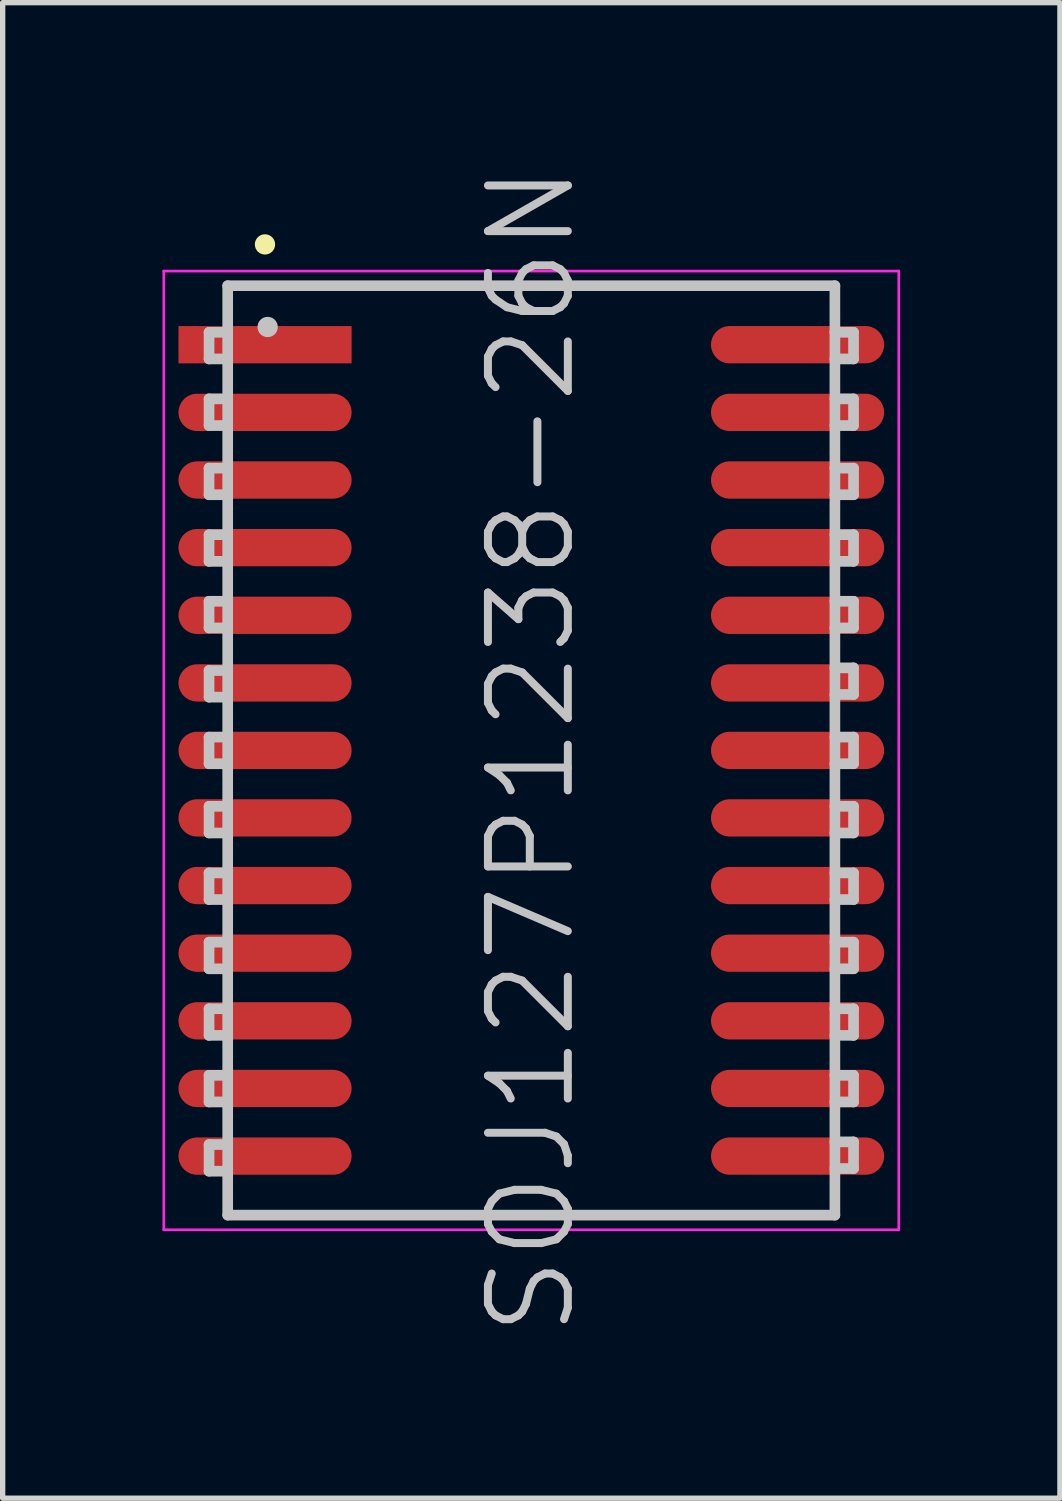
<source format=kicad_pcb>
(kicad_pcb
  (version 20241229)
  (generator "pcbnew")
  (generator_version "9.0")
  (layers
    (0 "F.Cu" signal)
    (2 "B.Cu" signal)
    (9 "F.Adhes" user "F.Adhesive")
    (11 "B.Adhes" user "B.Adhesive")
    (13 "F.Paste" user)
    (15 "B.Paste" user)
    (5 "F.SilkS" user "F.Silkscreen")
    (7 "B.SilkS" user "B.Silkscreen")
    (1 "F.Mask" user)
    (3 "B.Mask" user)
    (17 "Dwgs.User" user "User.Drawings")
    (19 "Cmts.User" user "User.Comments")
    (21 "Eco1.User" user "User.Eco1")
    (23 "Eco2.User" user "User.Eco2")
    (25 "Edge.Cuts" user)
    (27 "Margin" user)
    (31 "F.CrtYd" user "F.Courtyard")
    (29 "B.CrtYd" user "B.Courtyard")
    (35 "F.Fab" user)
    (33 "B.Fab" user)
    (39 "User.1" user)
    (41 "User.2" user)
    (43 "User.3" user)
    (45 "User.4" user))
  (footprint "SOJ127P1238-26N"
    (layer "F.Cu")
    (at 6.925 11.039)
    (property "Reference" "SOJ127P1238-26N" (at 0 0 90) (layer "Dwgs.User") (effects (font (size 1.5 1.5) (thickness 0.15))))
    (attr smd)
    (fp_line (start -5 -9.5) (end -5 -9.5) (stroke (width 0.381) (type solid)) (layer "F.SilkS"))
    (fp_line (start -6.05 -7.85) (end -6.05 -7.35) (stroke (width 0.2) (type solid)) (layer "Dwgs.User"))
    (fp_line (start -6.05 -7.35) (end -5.7 -7.35) (stroke (width 0.2) (type solid)) (layer "Dwgs.User"))
    (fp_line (start -6.05 -6.6) (end -6.05 -6.1) (stroke (width 0.2) (type solid)) (layer "Dwgs.User"))
    (fp_line (start -6.05 -6.1) (end -5.7 -6.1) (stroke (width 0.2) (type solid)) (layer "Dwgs.User"))
    (fp_line (start -6.05 -5.3) (end -6.05 -4.8) (stroke (width 0.2) (type solid)) (layer "Dwgs.User"))
    (fp_line (start -6.05 -4.8) (end -5.7 -4.8) (stroke (width 0.2) (type solid)) (layer "Dwgs.User"))
    (fp_line (start -6.05 -4.05) (end -6.05 -3.55) (stroke (width 0.2) (type solid)) (layer "Dwgs.User"))
    (fp_line (start -6.05 -3.55) (end -5.7 -3.55) (stroke (width 0.2) (type solid)) (layer "Dwgs.User"))
    (fp_line (start -6.05 -2.8) (end -6.05 -2.3) (stroke (width 0.2) (type solid)) (layer "Dwgs.User"))
    (fp_line (start -6.05 -2.3) (end -5.7 -2.3) (stroke (width 0.2) (type solid)) (layer "Dwgs.User"))
    (fp_line (start -6.05 -1.5) (end -6.05 -1) (stroke (width 0.2) (type solid)) (layer "Dwgs.User"))
    (fp_line (start -6.05 -1) (end -5.7 -1) (stroke (width 0.2) (type solid)) (layer "Dwgs.User"))
    (fp_line (start -6.05 -0.25) (end -6.05 0.25) (stroke (width 0.2) (type solid)) (layer "Dwgs.User"))
    (fp_line (start -6.05 0.25) (end -5.7 0.25) (stroke (width 0.2) (type solid)) (layer "Dwgs.User"))
    (fp_line (start -6.05 1.05) (end -6.05 1.55) (stroke (width 0.2) (type solid)) (layer "Dwgs.User"))
    (fp_line (start -6.05 1.55) (end -5.7 1.55) (stroke (width 0.2) (type solid)) (layer "Dwgs.User"))
    (fp_line (start -6.05 2.3) (end -6.05 2.8) (stroke (width 0.2) (type solid)) (layer "Dwgs.User"))
    (fp_line (start -6.05 2.8) (end -5.7 2.8) (stroke (width 0.2) (type solid)) (layer "Dwgs.User"))
    (fp_line (start -6.05 3.6) (end -6.05 4.1) (stroke (width 0.2) (type solid)) (layer "Dwgs.User"))
    (fp_line (start -6.05 4.1) (end -5.7 4.1) (stroke (width 0.2) (type solid)) (layer "Dwgs.User"))
    (fp_line (start -6.05 4.85) (end -6.05 5.35) (stroke (width 0.2) (type solid)) (layer "Dwgs.User"))
    (fp_line (start -6.05 5.35) (end -5.7 5.35) (stroke (width 0.2) (type solid)) (layer "Dwgs.User"))
    (fp_line (start -6.05 6.1) (end -6.05 6.6) (stroke (width 0.2) (type solid)) (layer "Dwgs.User"))
    (fp_line (start -6.05 6.6) (end -5.7 6.6) (stroke (width 0.2) (type solid)) (layer "Dwgs.User"))
    (fp_line (start -6.05 7.4) (end -6.05 7.9) (stroke (width 0.2) (type solid)) (layer "Dwgs.User"))
    (fp_line (start -6.05 7.9) (end -5.7 7.9) (stroke (width 0.2) (type solid)) (layer "Dwgs.User"))
    (fp_line (start -5.7 -8.725) (end -5.7 8.725) (stroke (width 0.2) (type solid)) (layer "Dwgs.User"))
    (fp_line (start -5.7 -8.725) (end 5.7 -8.725) (stroke (width 0.2) (type solid)) (layer "Dwgs.User"))
    (fp_line (start -5.7 -7.85) (end -6.05 -7.85) (stroke (width 0.2) (type solid)) (layer "Dwgs.User"))
    (fp_line (start -5.7 -6.6) (end -6.05 -6.6) (stroke (width 0.2) (type solid)) (layer "Dwgs.User"))
    (fp_line (start -5.7 -5.3) (end -6.05 -5.3) (stroke (width 0.2) (type solid)) (layer "Dwgs.User"))
    (fp_line (start -5.7 -4.05) (end -6.05 -4.05) (stroke (width 0.2) (type solid)) (layer "Dwgs.User"))
    (fp_line (start -5.7 -2.8) (end -6.05 -2.8) (stroke (width 0.2) (type solid)) (layer "Dwgs.User"))
    (fp_line (start -5.7 -1.5) (end -6.05 -1.5) (stroke (width 0.2) (type solid)) (layer "Dwgs.User"))
    (fp_line (start -5.7 -0.25) (end -6.05 -0.25) (stroke (width 0.2) (type solid)) (layer "Dwgs.User"))
    (fp_line (start -5.7 1.05) (end -6.05 1.05) (stroke (width 0.2) (type solid)) (layer "Dwgs.User"))
    (fp_line (start -5.7 2.3) (end -6.05 2.3) (stroke (width 0.2) (type solid)) (layer "Dwgs.User"))
    (fp_line (start -5.7 3.6) (end -6.05 3.6) (stroke (width 0.2) (type solid)) (layer "Dwgs.User"))
    (fp_line (start -5.7 4.85) (end -6.05 4.85) (stroke (width 0.2) (type solid)) (layer "Dwgs.User"))
    (fp_line (start -5.7 6.1) (end -6.05 6.1) (stroke (width 0.2) (type solid)) (layer "Dwgs.User"))
    (fp_line (start -5.7 7.4) (end -6.05 7.4) (stroke (width 0.2) (type solid)) (layer "Dwgs.User"))
    (fp_line (start -5.7 8.725) (end 5.7 8.725) (stroke (width 0.2) (type solid)) (layer "Dwgs.User"))
    (fp_line (start -4.95 -7.95) (end -4.95 -7.95) (stroke (width 0.381) (type solid)) (layer "Dwgs.User"))
    (fp_line (start 5.7 -8.725) (end 5.7 8.725) (stroke (width 0.2) (type solid)) (layer "Dwgs.User"))
    (fp_line (start 5.7 -7.85) (end 6.05 -7.85) (stroke (width 0.2) (type solid)) (layer "Dwgs.User"))
    (fp_line (start 5.7 -6.6) (end 6.05 -6.6) (stroke (width 0.2) (type solid)) (layer "Dwgs.User"))
    (fp_line (start 5.7 -5.3) (end 6.05 -5.3) (stroke (width 0.2) (type solid)) (layer "Dwgs.User"))
    (fp_line (start 5.7 -4.05) (end 6.05 -4.05) (stroke (width 0.2) (type solid)) (layer "Dwgs.User"))
    (fp_line (start 5.7 -2.8) (end 6.05 -2.8) (stroke (width 0.2) (type solid)) (layer "Dwgs.User"))
    (fp_line (start 5.7 -1.55) (end 6.05 -1.55) (stroke (width 0.2) (type solid)) (layer "Dwgs.User"))
    (fp_line (start 5.7 -0.25) (end 6.05 -0.25) (stroke (width 0.2) (type solid)) (layer "Dwgs.User"))
    (fp_line (start 5.7 1.05) (end 6.05 1.05) (stroke (width 0.2) (type solid)) (layer "Dwgs.User"))
    (fp_line (start 5.7 2.3) (end 6.05 2.3) (stroke (width 0.2) (type solid)) (layer "Dwgs.User"))
    (fp_line (start 5.7 3.6) (end 6.05 3.6) (stroke (width 0.2) (type solid)) (layer "Dwgs.User"))
    (fp_line (start 5.7 4.85) (end 6.05 4.85) (stroke (width 0.2) (type solid)) (layer "Dwgs.User"))
    (fp_line (start 5.7 6.1) (end 6.05 6.1) (stroke (width 0.2) (type solid)) (layer "Dwgs.User"))
    (fp_line (start 5.7 7.35) (end 6.05 7.35) (stroke (width 0.2) (type solid)) (layer "Dwgs.User"))
    (fp_line (start 6.05 -7.85) (end 6.05 -7.35) (stroke (width 0.2) (type solid)) (layer "Dwgs.User"))
    (fp_line (start 6.05 -7.35) (end 5.7 -7.35) (stroke (width 0.2) (type solid)) (layer "Dwgs.User"))
    (fp_line (start 6.05 -6.6) (end 6.05 -6.1) (stroke (width 0.2) (type solid)) (layer "Dwgs.User"))
    (fp_line (start 6.05 -6.1) (end 5.7 -6.1) (stroke (width 0.2) (type solid)) (layer "Dwgs.User"))
    (fp_line (start 6.05 -5.3) (end 6.05 -4.8) (stroke (width 0.2) (type solid)) (layer "Dwgs.User"))
    (fp_line (start 6.05 -4.8) (end 5.7 -4.8) (stroke (width 0.2) (type solid)) (layer "Dwgs.User"))
    (fp_line (start 6.05 -4.05) (end 6.05 -3.55) (stroke (width 0.2) (type solid)) (layer "Dwgs.User"))
    (fp_line (start 6.05 -3.55) (end 5.7 -3.55) (stroke (width 0.2) (type solid)) (layer "Dwgs.User"))
    (fp_line (start 6.05 -2.8) (end 6.05 -2.3) (stroke (width 0.2) (type solid)) (layer "Dwgs.User"))
    (fp_line (start 6.05 -2.3) (end 5.7 -2.3) (stroke (width 0.2) (type solid)) (layer "Dwgs.User"))
    (fp_line (start 6.05 -1.55) (end 6.05 -1.05) (stroke (width 0.2) (type solid)) (layer "Dwgs.User"))
    (fp_line (start 6.05 -1.05) (end 5.7 -1.05) (stroke (width 0.2) (type solid)) (layer "Dwgs.User"))
    (fp_line (start 6.05 -0.25) (end 6.05 0.25) (stroke (width 0.2) (type solid)) (layer "Dwgs.User"))
    (fp_line (start 6.05 0.25) (end 5.7 0.25) (stroke (width 0.2) (type solid)) (layer "Dwgs.User"))
    (fp_line (start 6.05 1.05) (end 6.05 1.55) (stroke (width 0.2) (type solid)) (layer "Dwgs.User"))
    (fp_line (start 6.05 1.55) (end 5.7 1.55) (stroke (width 0.2) (type solid)) (layer "Dwgs.User"))
    (fp_line (start 6.05 2.3) (end 6.05 2.8) (stroke (width 0.2) (type solid)) (layer "Dwgs.User"))
    (fp_line (start 6.05 2.8) (end 5.7 2.8) (stroke (width 0.2) (type solid)) (layer "Dwgs.User"))
    (fp_line (start 6.05 3.6) (end 6.05 4.1) (stroke (width 0.2) (type solid)) (layer "Dwgs.User"))
    (fp_line (start 6.05 4.1) (end 5.7 4.1) (stroke (width 0.2) (type solid)) (layer "Dwgs.User"))
    (fp_line (start 6.05 4.85) (end 6.05 5.35) (stroke (width 0.2) (type solid)) (layer "Dwgs.User"))
    (fp_line (start 6.05 5.35) (end 5.7 5.35) (stroke (width 0.2) (type solid)) (layer "Dwgs.User"))
    (fp_line (start 6.05 6.1) (end 6.05 6.6) (stroke (width 0.2) (type solid)) (layer "Dwgs.User"))
    (fp_line (start 6.05 6.6) (end 5.7 6.6) (stroke (width 0.2) (type solid)) (layer "Dwgs.User"))
    (fp_line (start 6.05 7.35) (end 6.05 7.85) (stroke (width 0.2) (type solid)) (layer "Dwgs.User"))
    (fp_line (start 6.05 7.85) (end 5.7 7.85) (stroke (width 0.2) (type solid)) (layer "Dwgs.User"))
    (fp_line (start -6.9 -9) (end -6.9 9) (stroke (width 0.05) (type solid)) (layer "F.CrtYd"))
    (fp_line (start -6.9 -9) (end 6.9 -9) (stroke (width 0.05) (type solid)) (layer "F.CrtYd"))
    (fp_line (start -6.9 9) (end 6.9 9) (stroke (width 0.05) (type solid)) (layer "F.CrtYd"))
    (fp_line (start 6.9 -9) (end 6.9 9) (stroke (width 0.05) (type solid)) (layer "F.CrtYd"))
    (pad "1" smd rect (at -4.999 -7.617 90) (size 0.7 3.25) (layers "F.Cu" "F.Mask" "F.Paste"))
    (pad "2" smd oval (at -4.999 -6.347 90) (size 0.7 3.25) (layers "F.Cu" "F.Mask" "F.Paste"))
    (pad "3" smd oval (at -4.999 -5.077 90) (size 0.7 3.25) (layers "F.Cu" "F.Mask" "F.Paste"))
    (pad "4" smd oval (at -4.999 -3.807 90) (size 0.7 3.25) (layers "F.Cu" "F.Mask" "F.Paste"))
    (pad "5" smd oval (at -4.999 -2.537 90) (size 0.7 3.25) (layers "F.Cu" "F.Mask" "F.Paste"))
    (pad "6" smd oval (at -4.999 -1.267 90) (size 0.7 3.25) (layers "F.Cu" "F.Mask" "F.Paste"))
    (pad "7" smd oval (at -4.999 0 90) (size 0.7 3.25) (layers "F.Cu" "F.Mask" "F.Paste"))
    (pad "8" smd oval (at -4.999 1.267 90) (size 0.7 3.25) (layers "F.Cu" "F.Mask" "F.Paste"))
    (pad "9" smd oval (at -4.999 2.537 90) (size 0.7 3.25) (layers "F.Cu" "F.Mask" "F.Paste"))
    (pad "10" smd oval (at -4.999 3.807 90) (size 0.7 3.25) (layers "F.Cu" "F.Mask" "F.Paste"))
    (pad "11" smd oval (at -4.999 5.077 90) (size 0.7 3.25) (layers "F.Cu" "F.Mask" "F.Paste"))
    (pad "12" smd oval (at -4.999 6.347 90) (size 0.7 3.25) (layers "F.Cu" "F.Mask" "F.Paste"))
    (pad "13" smd oval (at -4.999 7.617 90) (size 0.7 3.25) (layers "F.Cu" "F.Mask" "F.Paste"))
    (pad "14" smd oval (at 4.999 7.617 270) (size 0.7 3.25) (layers "F.Cu" "F.Mask" "F.Paste"))
    (pad "15" smd oval (at 4.999 6.347 270) (size 0.7 3.25) (layers "F.Cu" "F.Mask" "F.Paste"))
    (pad "16" smd oval (at 4.999 5.077 270) (size 0.7 3.25) (layers "F.Cu" "F.Mask" "F.Paste"))
    (pad "17" smd oval (at 4.999 3.807 270) (size 0.7 3.25) (layers "F.Cu" "F.Mask" "F.Paste"))
    (pad "18" smd oval (at 4.999 2.537 270) (size 0.7 3.25) (layers "F.Cu" "F.Mask" "F.Paste"))
    (pad "19" smd oval (at 4.999 1.267 270) (size 0.7 3.25) (layers "F.Cu" "F.Mask" "F.Paste"))
    (pad "20" smd oval (at 4.999 0 270) (size 0.7 3.25) (layers "F.Cu" "F.Mask" "F.Paste"))
    (pad "21" smd oval (at 4.999 -1.267 270) (size 0.7 3.25) (layers "F.Cu" "F.Mask" "F.Paste"))
    (pad "22" smd oval (at 4.999 -2.537 270) (size 0.7 3.25) (layers "F.Cu" "F.Mask" "F.Paste"))
    (pad "23" smd oval (at 4.999 -3.807 270) (size 0.7 3.25) (layers "F.Cu" "F.Mask" "F.Paste"))
    (pad "24" smd oval (at 4.999 -5.077 270) (size 0.7 3.25) (layers "F.Cu" "F.Mask" "F.Paste"))
    (pad "25" smd oval (at 4.999 -6.347 270) (size 0.7 3.25) (layers "F.Cu" "F.Mask" "F.Paste"))
    (pad "26" smd oval (at 4.999 -7.617 270) (size 0.7 3.25) (layers "F.Cu" "F.Mask" "F.Paste")))
  (gr_rect
    (start -3 -3)
    (end 16.85 25.079)
    (stroke (width 0.1) (type default))
    (fill no)
    (layer "Edge.Cuts")))
</source>
